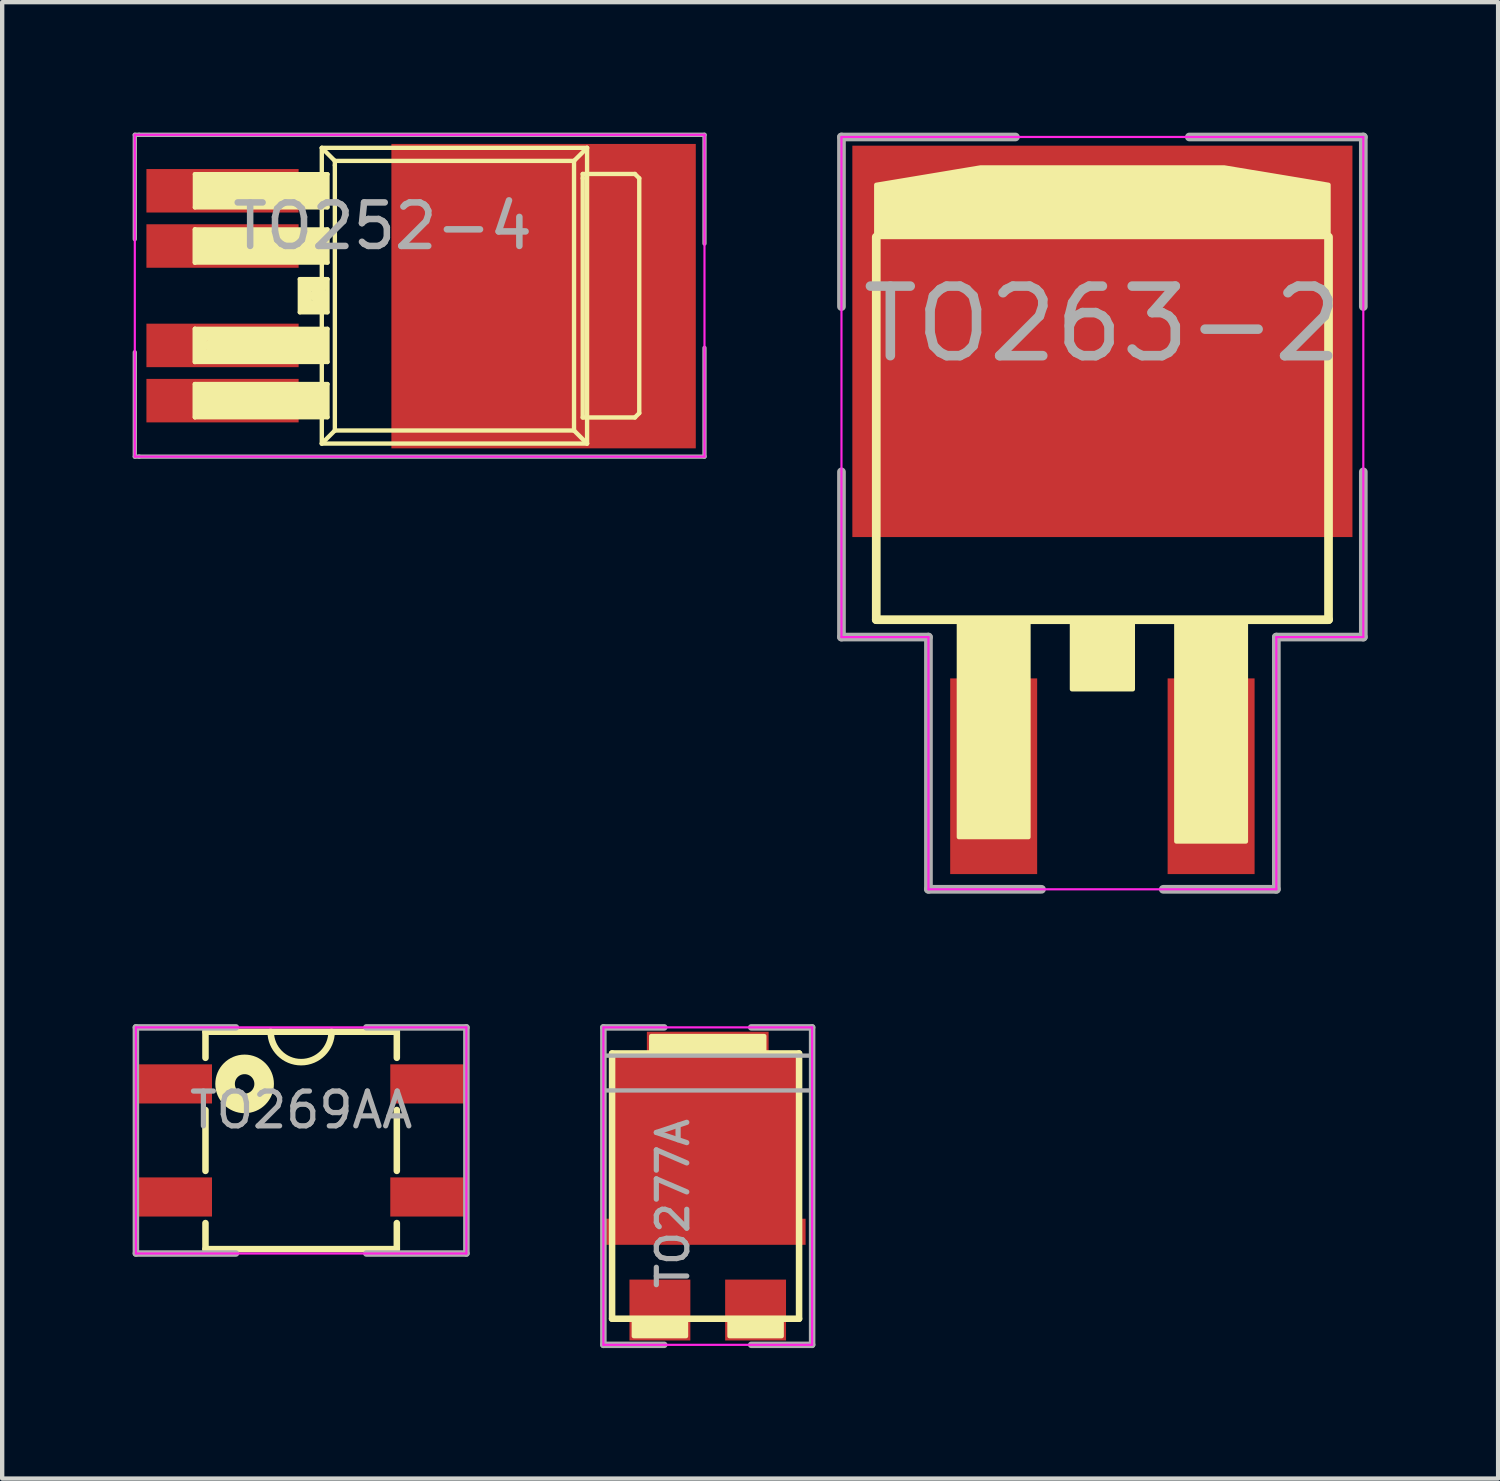
<source format=kicad_pcb>
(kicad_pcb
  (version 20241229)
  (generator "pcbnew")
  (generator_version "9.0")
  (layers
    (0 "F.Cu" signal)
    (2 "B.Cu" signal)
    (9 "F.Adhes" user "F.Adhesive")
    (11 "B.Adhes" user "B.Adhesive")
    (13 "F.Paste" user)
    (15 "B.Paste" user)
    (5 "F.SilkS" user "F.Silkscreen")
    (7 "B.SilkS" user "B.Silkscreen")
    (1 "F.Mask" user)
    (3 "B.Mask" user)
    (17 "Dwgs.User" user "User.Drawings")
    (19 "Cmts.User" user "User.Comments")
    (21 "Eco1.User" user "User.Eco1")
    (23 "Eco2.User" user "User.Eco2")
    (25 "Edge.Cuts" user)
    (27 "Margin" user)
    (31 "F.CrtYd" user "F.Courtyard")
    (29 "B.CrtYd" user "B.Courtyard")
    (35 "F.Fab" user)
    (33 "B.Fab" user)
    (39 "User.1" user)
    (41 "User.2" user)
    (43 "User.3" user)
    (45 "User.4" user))
  (footprint "TO252-4"
    (layer "F.Cu")
    (at 5.75 3.75)
    (property "Reference" "TO252-4" (at 0 -1.6 0) (layer "F.Fab") (effects (font (size 1 1) (thickness 0.15))))
    (attr smd)
    (fp_line (start -4.318 -2.794) (end -4.318 -2.032) (stroke (width 0.1) (type solid)) (layer "F.SilkS"))
    (fp_line (start -4.318 -2.794) (end -1.27 -2.794) (stroke (width 0.1) (type solid)) (layer "F.SilkS"))
    (fp_line (start -4.318 -1.524) (end -4.318 -0.762) (stroke (width 0.1) (type solid)) (layer "F.SilkS"))
    (fp_line (start -4.318 -1.524) (end -4.318 -0.762) (stroke (width 0.1) (type solid)) (layer "F.SilkS"))
    (fp_line (start -4.318 -1.524) (end -1.27 -1.524) (stroke (width 0.1) (type solid)) (layer "F.SilkS"))
    (fp_line (start -4.318 0.762) (end -4.318 1.524) (stroke (width 0.1) (type solid)) (layer "F.SilkS"))
    (fp_line (start -4.318 0.762) (end -4.318 1.524) (stroke (width 0.1) (type solid)) (layer "F.SilkS"))
    (fp_line (start -4.318 0.762) (end -1.27 0.762) (stroke (width 0.1) (type solid)) (layer "F.SilkS"))
    (fp_line (start -4.318 2.032) (end -4.318 2.794) (stroke (width 0.1) (type solid)) (layer "F.SilkS"))
    (fp_line (start -4.318 2.032) (end -4.318 2.794) (stroke (width 0.1) (type solid)) (layer "F.SilkS"))
    (fp_line (start -4.318 2.032) (end -1.27 2.032) (stroke (width 0.1) (type solid)) (layer "F.SilkS"))
    (fp_line (start -4.191 -2.667) (end -1.397 -2.667) (stroke (width 0.3) (type solid)) (layer "F.SilkS"))
    (fp_line (start -4.191 -2.413) (end -1.524 -2.413) (stroke (width 0.3) (type solid)) (layer "F.SilkS"))
    (fp_line (start -4.191 -2.159) (end -4.191 -2.667) (stroke (width 0.3) (type solid)) (layer "F.SilkS"))
    (fp_line (start -4.191 -1.397) (end -1.397 -1.397) (stroke (width 0.3) (type solid)) (layer "F.SilkS"))
    (fp_line (start -4.191 -0.889) (end -4.191 -1.397) (stroke (width 0.3) (type solid)) (layer "F.SilkS"))
    (fp_line (start -4.191 0.889) (end -1.397 0.889) (stroke (width 0.3) (type solid)) (layer "F.SilkS"))
    (fp_line (start -4.191 1.397) (end -4.191 0.889) (stroke (width 0.3) (type solid)) (layer "F.SilkS"))
    (fp_line (start -4.191 2.159) (end -1.397 2.159) (stroke (width 0.3) (type solid)) (layer "F.SilkS"))
    (fp_line (start -4.191 2.667) (end -4.191 2.159) (stroke (width 0.3) (type solid)) (layer "F.SilkS"))
    (fp_line (start -4.064 -1.143) (end -1.524 -1.143) (stroke (width 0.3) (type solid)) (layer "F.SilkS"))
    (fp_line (start -4.064 2.413) (end -1.524 2.413) (stroke (width 0.3) (type solid)) (layer "F.SilkS"))
    (fp_line (start -1.905 -0.381) (end -1.27 -0.381) (stroke (width 0.1) (type solid)) (layer "F.SilkS"))
    (fp_line (start -1.905 0.381) (end -1.905 -0.381) (stroke (width 0.1) (type solid)) (layer "F.SilkS"))
    (fp_line (start -1.778 -0.254) (end -1.778 0.254) (stroke (width 0.3) (type solid)) (layer "F.SilkS"))
    (fp_line (start -1.778 0.254) (end -1.397 0.254) (stroke (width 0.3) (type solid)) (layer "F.SilkS"))
    (fp_line (start -1.524 1.143) (end -3.937 1.143) (stroke (width 0.3) (type solid)) (layer "F.SilkS"))
    (fp_line (start -1.4 -3.4) (end -1.4 3.4) (stroke (width 0.1) (type solid)) (layer "F.SilkS"))
    (fp_line (start -1.4 -3.4) (end 4.7 -3.4) (stroke (width 0.1) (type solid)) (layer "F.SilkS"))
    (fp_line (start -1.4 3.4) (end -1.1 3.1) (stroke (width 0.1) (type solid)) (layer "F.SilkS"))
    (fp_line (start -1.397 -2.667) (end -1.397 -2.159) (stroke (width 0.3) (type solid)) (layer "F.SilkS"))
    (fp_line (start -1.397 -2.159) (end -4.191 -2.159) (stroke (width 0.3) (type solid)) (layer "F.SilkS"))
    (fp_line (start -1.397 -1.397) (end -1.397 -0.889) (stroke (width 0.3) (type solid)) (layer "F.SilkS"))
    (fp_line (start -1.397 -0.889) (end -4.191 -0.889) (stroke (width 0.3) (type solid)) (layer "F.SilkS"))
    (fp_line (start -1.397 -0.254) (end -1.778 -0.254) (stroke (width 0.3) (type solid)) (layer "F.SilkS"))
    (fp_line (start -1.397 0) (end -1.524 0) (stroke (width 0.3) (type solid)) (layer "F.SilkS"))
    (fp_line (start -1.397 0.254) (end -1.397 0) (stroke (width 0.3) (type solid)) (layer "F.SilkS"))
    (fp_line (start -1.397 0.889) (end -1.397 1.397) (stroke (width 0.3) (type solid)) (layer "F.SilkS"))
    (fp_line (start -1.397 1.397) (end -4.191 1.397) (stroke (width 0.3) (type solid)) (layer "F.SilkS"))
    (fp_line (start -1.397 2.159) (end -1.397 2.667) (stroke (width 0.3) (type solid)) (layer "F.SilkS"))
    (fp_line (start -1.397 2.667) (end -4.191 2.667) (stroke (width 0.3) (type solid)) (layer "F.SilkS"))
    (fp_line (start -1.27 -2.794) (end -1.27 -2.032) (stroke (width 0.1) (type solid)) (layer "F.SilkS"))
    (fp_line (start -1.27 -2.032) (end -4.318 -2.032) (stroke (width 0.1) (type solid)) (layer "F.SilkS"))
    (fp_line (start -1.27 -1.524) (end -1.27 -0.762) (stroke (width 0.1) (type solid)) (layer "F.SilkS"))
    (fp_line (start -1.27 -0.762) (end -4.318 -0.762) (stroke (width 0.1) (type solid)) (layer "F.SilkS"))
    (fp_line (start -1.27 -0.381) (end -1.27 0.381) (stroke (width 0.1) (type solid)) (layer "F.SilkS"))
    (fp_line (start -1.27 0.381) (end -1.905 0.381) (stroke (width 0.1) (type solid)) (layer "F.SilkS"))
    (fp_line (start -1.27 0.762) (end -1.27 1.524) (stroke (width 0.1) (type solid)) (layer "F.SilkS"))
    (fp_line (start -1.27 1.524) (end -4.318 1.524) (stroke (width 0.1) (type solid)) (layer "F.SilkS"))
    (fp_line (start -1.27 2.032) (end -1.27 2.794) (stroke (width 0.1) (type solid)) (layer "F.SilkS"))
    (fp_line (start -1.27 2.794) (end -4.318 2.794) (stroke (width 0.1) (type solid)) (layer "F.SilkS"))
    (fp_line (start -1.1 -3.1) (end -1.4 -3.4) (stroke (width 0.1) (type solid)) (layer "F.SilkS"))
    (fp_line (start -1.1 -3.1) (end 4.4 -3.1) (stroke (width 0.1) (type solid)) (layer "F.SilkS"))
    (fp_line (start -1.1 -3) (end -1.1 -3.1) (stroke (width 0.1) (type solid)) (layer "F.SilkS"))
    (fp_line (start -1.1 3.1) (end -1.1 -3) (stroke (width 0.1) (type solid)) (layer "F.SilkS"))
    (fp_line (start -1.1 3.1) (end 4.4 3.1) (stroke (width 0.1) (type solid)) (layer "F.SilkS"))
    (fp_line (start 4.4 -3.1) (end 4.7 -3.4) (stroke (width 0.1) (type solid)) (layer "F.SilkS"))
    (fp_line (start 4.4 3.1) (end 4.4 -3.1) (stroke (width 0.1) (type solid)) (layer "F.SilkS"))
    (fp_line (start 4.4 3.1) (end 4.7 3.4) (stroke (width 0.1) (type solid)) (layer "F.SilkS"))
    (fp_line (start 4.6 -2.8) (end 4.6 -2.7) (stroke (width 0.1) (type solid)) (layer "F.SilkS"))
    (fp_line (start 4.6 -2.7) (end 4.6 2.8) (stroke (width 0.1) (type solid)) (layer "F.SilkS"))
    (fp_line (start 4.6 2.8) (end 5.8 2.8) (stroke (width 0.1) (type solid)) (layer "F.SilkS"))
    (fp_line (start 4.7 -3.4) (end 4.7 3.4) (stroke (width 0.1) (type solid)) (layer "F.SilkS"))
    (fp_line (start 4.7 3.4) (end -1.4 3.4) (stroke (width 0.1) (type solid)) (layer "F.SilkS"))
    (fp_line (start 5.8 -2.8) (end 4.6 -2.8) (stroke (width 0.1) (type solid)) (layer "F.SilkS"))
    (fp_line (start 5.8 2.8) (end 5.9 2.7) (stroke (width 0.1) (type solid)) (layer "F.SilkS"))
    (fp_line (start 5.9 -2.7) (end 5.8 -2.8) (stroke (width 0.1) (type solid)) (layer "F.SilkS"))
    (fp_line (start 5.9 2.7) (end 5.9 -2.7) (stroke (width 0.1) (type solid)) (layer "F.SilkS"))
    (fp_line (start -5.7 -3.7) (end 7.4 -3.7) (stroke (width 0.05) (type solid)) (layer "F.CrtYd"))
    (fp_line (start -5.7 3.7) (end -5.7 -3.7) (stroke (width 0.05) (type solid)) (layer "F.CrtYd"))
    (fp_line (start 7.4 -3.7) (end 7.4 3.7) (stroke (width 0.05) (type solid)) (layer "F.CrtYd"))
    (fp_line (start 7.4 3.7) (end -5.7 3.7) (stroke (width 0.05) (type solid)) (layer "F.CrtYd"))
    (fp_line (start -5.7 -3.7) (end -5.7 -1.3) (stroke (width 0.1) (type solid)) (layer "F.Fab"))
    (fp_line (start -5.7 3.7) (end -5.7 1.3) (stroke (width 0.1) (type solid)) (layer "F.Fab"))
    (fp_line (start -5.6 -3.7) (end -5.7 -3.7) (stroke (width 0.1) (type solid)) (layer "F.Fab"))
    (fp_line (start -5.6 -3.7) (end 7.4 -3.7) (stroke (width 0.1) (type solid)) (layer "F.Fab"))
    (fp_line (start -5.6 3.7) (end -5.7 3.7) (stroke (width 0.1) (type solid)) (layer "F.Fab"))
    (fp_line (start -5.6 3.7) (end 7.4 3.7) (stroke (width 0.1) (type solid)) (layer "F.Fab"))
    (fp_line (start 7.4 -3.7) (end 7.4 -1.2) (stroke (width 0.1) (type solid)) (layer "F.Fab"))
    (fp_line (start 7.4 3.7) (end 7.4 1.2) (stroke (width 0.1) (type solid)) (layer "F.Fab"))
    (pad "1" smd rect (at -3.683 -2.413 270) (size 1 3.5) (layers "F.Cu" "F.Mask" "F.Paste"))
    (pad "2" smd rect (at -3.683 -1.143 270) (size 1 3.5) (layers "F.Cu" "F.Mask" "F.Paste"))
    (pad "3" smd rect (at 3.7 0.01 270) (size 7 7) (layers "F.Cu" "F.Mask" "F.Paste"))
    (pad "4" smd rect (at -3.683 1.143 270) (size 1 3.5) (layers "F.Cu" "F.Mask" "F.Paste"))
    (pad "5" smd rect (at -3.683 2.413 270) (size 1 3.5) (layers "F.Cu" "F.Mask" "F.Paste")))
  (footprint "TO263-2"
    (layer "F.Cu")
    (at 22.3 7)
    (property "Reference" "TO263-2" (at 0 -2.6 180) (layer "F.Fab") (effects (font (size 1.6 1.6) (thickness 0.22))))
    (attr smd)
    (fp_line (start -5.2 -4.6) (end -5.2 4.2) (stroke (width 0.2) (type solid)) (layer "F.SilkS"))
    (fp_line (start -5.2 4.2) (end 5.2 4.2) (stroke (width 0.2) (type solid)) (layer "F.SilkS"))
    (fp_line (start 5.2 4.2) (end 5.2 -4.6) (stroke (width 0.2) (type solid)) (layer "F.SilkS"))
    (fp_poly (pts (xy -1.7 9.2) (xy -3.3 9.2) (xy -3.3 4.2) (xy -1.7 4.2)) (stroke (width 0.1) (type solid)) (fill yes) (layer "F.SilkS"))
    (fp_poly (pts (xy 0.7 5.8) (xy -0.7 5.8) (xy -0.7 4.2) (xy 0.7 4.2)) (stroke (width 0.1) (type solid)) (fill yes) (layer "F.SilkS"))
    (fp_poly (pts (xy 3.3 9.3) (xy 1.7 9.3) (xy 1.7 4.3) (xy 3.3 4.3)) (stroke (width 0.1) (type solid)) (fill yes) (layer "F.SilkS"))
    (fp_poly (pts (xy 5.2 -5.8) (xy 5.2 -4.6) (xy -5.2 -4.6) (xy -5.2 -5.8) (xy -2.8 -6.2) (xy 2.8 -6.2)) (stroke (width 0.1) (type solid)) (fill yes) (layer "F.SilkS"))
    (fp_line (start -6 -6.9) (end 6 -6.9) (stroke (width 0.05) (type solid)) (layer "F.CrtYd"))
    (fp_line (start -6 4.6) (end -6 -6.9) (stroke (width 0.05) (type solid)) (layer "F.CrtYd"))
    (fp_line (start -6 4.6) (end -4 4.6) (stroke (width 0.05) (type solid)) (layer "F.CrtYd"))
    (fp_line (start -4 10.4) (end -4 4.6) (stroke (width 0.05) (type solid)) (layer "F.CrtYd"))
    (fp_line (start -4 10.4) (end 4 10.4) (stroke (width 0.05) (type solid)) (layer "F.CrtYd"))
    (fp_line (start 4 4.6) (end 6 4.6) (stroke (width 0.05) (type solid)) (layer "F.CrtYd"))
    (fp_line (start 4 10.4) (end 4 4.6) (stroke (width 0.05) (type solid)) (layer "F.CrtYd"))
    (fp_line (start 6 4.6) (end 6 -6.9) (stroke (width 0.05) (type solid)) (layer "F.CrtYd"))
    (fp_line (start -6 -6.9) (end -6 -3) (stroke (width 0.2) (type solid)) (layer "F.Fab"))
    (fp_line (start -6 -6.9) (end -2 -6.9) (stroke (width 0.2) (type solid)) (layer "F.Fab"))
    (fp_line (start -6 0.8) (end -6 4.6) (stroke (width 0.2) (type solid)) (layer "F.Fab"))
    (fp_line (start -6 4.6) (end -4 4.6) (stroke (width 0.2) (type solid)) (layer "F.Fab"))
    (fp_line (start -4 4.6) (end -4 10.4) (stroke (width 0.2) (type solid)) (layer "F.Fab"))
    (fp_line (start -4 10.4) (end -1.4 10.4) (stroke (width 0.2) (type solid)) (layer "F.Fab"))
    (fp_line (start 1.4 10.4) (end 4 10.4) (stroke (width 0.2) (type solid)) (layer "F.Fab"))
    (fp_line (start 2 -6.9) (end 6 -6.9) (stroke (width 0.2) (type solid)) (layer "F.Fab"))
    (fp_line (start 4 4.6) (end 4 10.4) (stroke (width 0.2) (type solid)) (layer "F.Fab"))
    (fp_line (start 4 4.6) (end 6 4.6) (stroke (width 0.2) (type solid)) (layer "F.Fab"))
    (fp_line (start 6 -6.9) (end 6 -3) (stroke (width 0.2) (type solid)) (layer "F.Fab"))
    (fp_line (start 6 0.8) (end 6 4.6) (stroke (width 0.2) (type solid)) (layer "F.Fab"))
    (pad "1" smd rect (at -2.5 7.8) (size 2 4.5) (layers "F.Cu" "F.Mask" "F.Paste"))
    (pad "2" smd rect (at 0 -2.2) (size 11.5 9) (layers "F.Cu" "F.Mask" "F.Paste"))
    (pad "3" smd rect (at 2.5 7.8) (size 2 4.5) (layers "F.Cu" "F.Mask" "F.Paste")))
  (footprint "TO277A"
    (layer "F.Cu")
    (at 13.225 24.225)
    (property "Reference" "TO277A" (at -0.8 0.4 270) (layer "F.Fab") (effects (font (size 0.7 0.7) (thickness 0.12))))
    (attr smd)
    (fp_line (start -2.2 -3.05) (end -2.2 3.05) (stroke (width 0.15) (type solid)) (layer "F.SilkS"))
    (fp_line (start -2.2 -3.05) (end 2.1 -3.05) (stroke (width 0.15) (type solid)) (layer "F.SilkS"))
    (fp_line (start -2.2 3.05) (end 2.1 3.05) (stroke (width 0.15) (type solid)) (layer "F.SilkS"))
    (fp_line (start 2.1 -3.05) (end 2.1 3.05) (stroke (width 0.15) (type solid)) (layer "F.SilkS"))
    (fp_poly (pts (xy -0.5 3.45) (xy -1.7 3.45) (xy -1.7 3.05) (xy -0.5 3.05)) (stroke (width 0.1) (type solid)) (fill yes) (layer "F.SilkS"))
    (fp_poly (pts (xy 1.3 -3.05) (xy -1.3 -3.05) (xy -1.3 -3.45) (xy 1.3 -3.45)) (stroke (width 0.1) (type solid)) (fill yes) (layer "F.SilkS"))
    (fp_poly (pts (xy 1.7 3.45) (xy 0.5 3.45) (xy 0.5 3.05) (xy 1.7 3.05)) (stroke (width 0.1) (type solid)) (fill yes) (layer "F.SilkS"))
    (fp_line (start -2.4 -3.65) (end 2.4 -3.65) (stroke (width 0.05) (type solid)) (layer "F.CrtYd"))
    (fp_line (start -2.4 3.65) (end -2.4 -3.65) (stroke (width 0.05) (type solid)) (layer "F.CrtYd"))
    (fp_line (start 2.4 -3.65) (end 2.4 3.65) (stroke (width 0.05) (type solid)) (layer "F.CrtYd"))
    (fp_line (start 2.4 3.65) (end -2.4 3.65) (stroke (width 0.05) (type solid)) (layer "F.CrtYd"))
    (fp_line (start -2.4 -3.65) (end -2.4 3.65) (stroke (width 0.15) (type solid)) (layer "F.Fab"))
    (fp_line (start -2.4 -3.65) (end -1 -3.65) (stroke (width 0.15) (type solid)) (layer "F.Fab"))
    (fp_line (start -1 3.65) (end -2.4 3.65) (stroke (width 0.15) (type solid)) (layer "F.Fab"))
    (fp_line (start 1 3.65) (end 2.4 3.65) (stroke (width 0.15) (type solid)) (layer "F.Fab"))
    (fp_line (start 2.4 -3.65) (end 1 -3.65) (stroke (width 0.15) (type solid)) (layer "F.Fab"))
    (fp_line (start 2.4 3.65) (end 2.4 -3.65) (stroke (width 0.15) (type solid)) (layer "F.Fab"))
    (fp_poly (pts (xy 2.4 -2.2) (xy -2.4 -2.2) (xy -2.4 -3) (xy 2.4 -3)) (stroke (width 0.1) (type solid)) (fill no) (layer "F.Fab"))
    (pad "1" smd rect (at -2.25 1.05) (size 0.2 0.6) (layers "F.Cu" "F.Mask" "F.Paste"))
    (pad "1" smd rect (at -0.05 -0.85) (size 4.2 4.4) (layers "F.Cu" "F.Mask" "F.Paste"))
    (pad "1" smd rect (at 0 -3.3) (size 2.8 0.5) (layers "F.Cu" "F.Mask" "F.Paste"))
    (pad "1" smd rect (at 2.15 1.05) (size 0.2 0.6) (layers "F.Cu" "F.Mask" "F.Paste"))
    (pad "2" smd rect (at -1.1 2.85) (size 1.4 1.4) (layers "F.Cu" "F.Mask" "F.Paste"))
    (pad "2" smd rect (at 1.1 2.85) (size 1.4 1.4) (layers "F.Cu" "F.Mask" "F.Paste")))
  (footprint "TO269AA"
    (layer "F.Cu")
    (at 3.875 23.175)
    (property "Reference" "TO269AA" (at 0 -0.7 0) (layer "F.Fab") (effects (font (size 0.8 0.8) (thickness 0.12))))
    (attr smd)
    (fp_line (start -2.2 -2.5) (end 2.2 -2.5) (stroke (width 0.15) (type solid)) (layer "F.SilkS"))
    (fp_line (start -2.2 -1.9) (end -2.2 -2.5) (stroke (width 0.15) (type solid)) (layer "F.SilkS"))
    (fp_line (start -2.2 -0.7) (end -2.2 0.7) (stroke (width 0.15) (type solid)) (layer "F.SilkS"))
    (fp_line (start -2.2 1.9) (end -2.2 2.5) (stroke (width 0.15) (type solid)) (layer "F.SilkS"))
    (fp_line (start 2.2 -2.5) (end 2.2 -1.9) (stroke (width 0.15) (type solid)) (layer "F.SilkS"))
    (fp_line (start 2.2 -0.7) (end 2.2 0.7) (stroke (width 0.15) (type solid)) (layer "F.SilkS"))
    (fp_line (start 2.2 1.9) (end 2.2 2.5) (stroke (width 0.15) (type solid)) (layer "F.SilkS"))
    (fp_line (start 2.2 2.5) (end -2.2 2.5) (stroke (width 0.15) (type solid)) (layer "F.SilkS"))
    (fp_arc (start 0.7 -2.5) (mid 0 -1.8) (end -0.7 -2.5) (stroke (width 0.15) (type solid)) (layer "F.SilkS"))
    (fp_circle (center -1.3 -1.3) (end -1.076 -1.3) (stroke (width 0.45) (type solid)) (fill no) (layer "F.SilkS"))
    (fp_line (start -3.8 -2.6) (end 3.8 -2.6) (stroke (width 0.05) (type solid)) (layer "F.CrtYd"))
    (fp_line (start -3.8 2.6) (end -3.8 -2.6) (stroke (width 0.05) (type solid)) (layer "F.CrtYd"))
    (fp_line (start 3.8 -2.6) (end 3.8 2.6) (stroke (width 0.05) (type solid)) (layer "F.CrtYd"))
    (fp_line (start 3.8 2.6) (end -3.8 2.6) (stroke (width 0.05) (type solid)) (layer "F.CrtYd"))
    (fp_line (start -3.8 -2.6) (end -1.5 -2.6) (stroke (width 0.15) (type solid)) (layer "F.Fab"))
    (fp_line (start -3.8 2.6) (end -3.8 -2.6) (stroke (width 0.15) (type solid)) (layer "F.Fab"))
    (fp_line (start -3.8 2.6) (end -1.5 2.6) (stroke (width 0.15) (type solid)) (layer "F.Fab"))
    (fp_line (start 1.5 -2.6) (end 3.8 -2.6) (stroke (width 0.15) (type solid)) (layer "F.Fab"))
    (fp_line (start 3.8 -2.6) (end 3.8 2.6) (stroke (width 0.15) (type solid)) (layer "F.Fab"))
    (fp_line (start 3.8 2.6) (end 1.5 2.6) (stroke (width 0.15) (type solid)) (layer "F.Fab"))
    (pad "1" smd rect (at -2.9 -1.3) (size 1.7 0.9) (layers "F.Cu" "F.Mask" "F.Paste"))
    (pad "2" smd rect (at -2.9 1.3) (size 1.7 0.9) (layers "F.Cu" "F.Mask" "F.Paste"))
    (pad "3" smd rect (at 2.9 1.3) (size 1.7 0.9) (layers "F.Cu" "F.Mask" "F.Paste"))
    (pad "4" smd rect (at 2.9 -1.3) (size 1.7 0.9) (layers "F.Cu" "F.Mask" "F.Paste")))
  (gr_rect
    (start -3 -3)
    (end 31.4 30.95)
    (stroke (width 0.1) (type default))
    (fill no)
    (layer "Edge.Cuts")))
</source>
